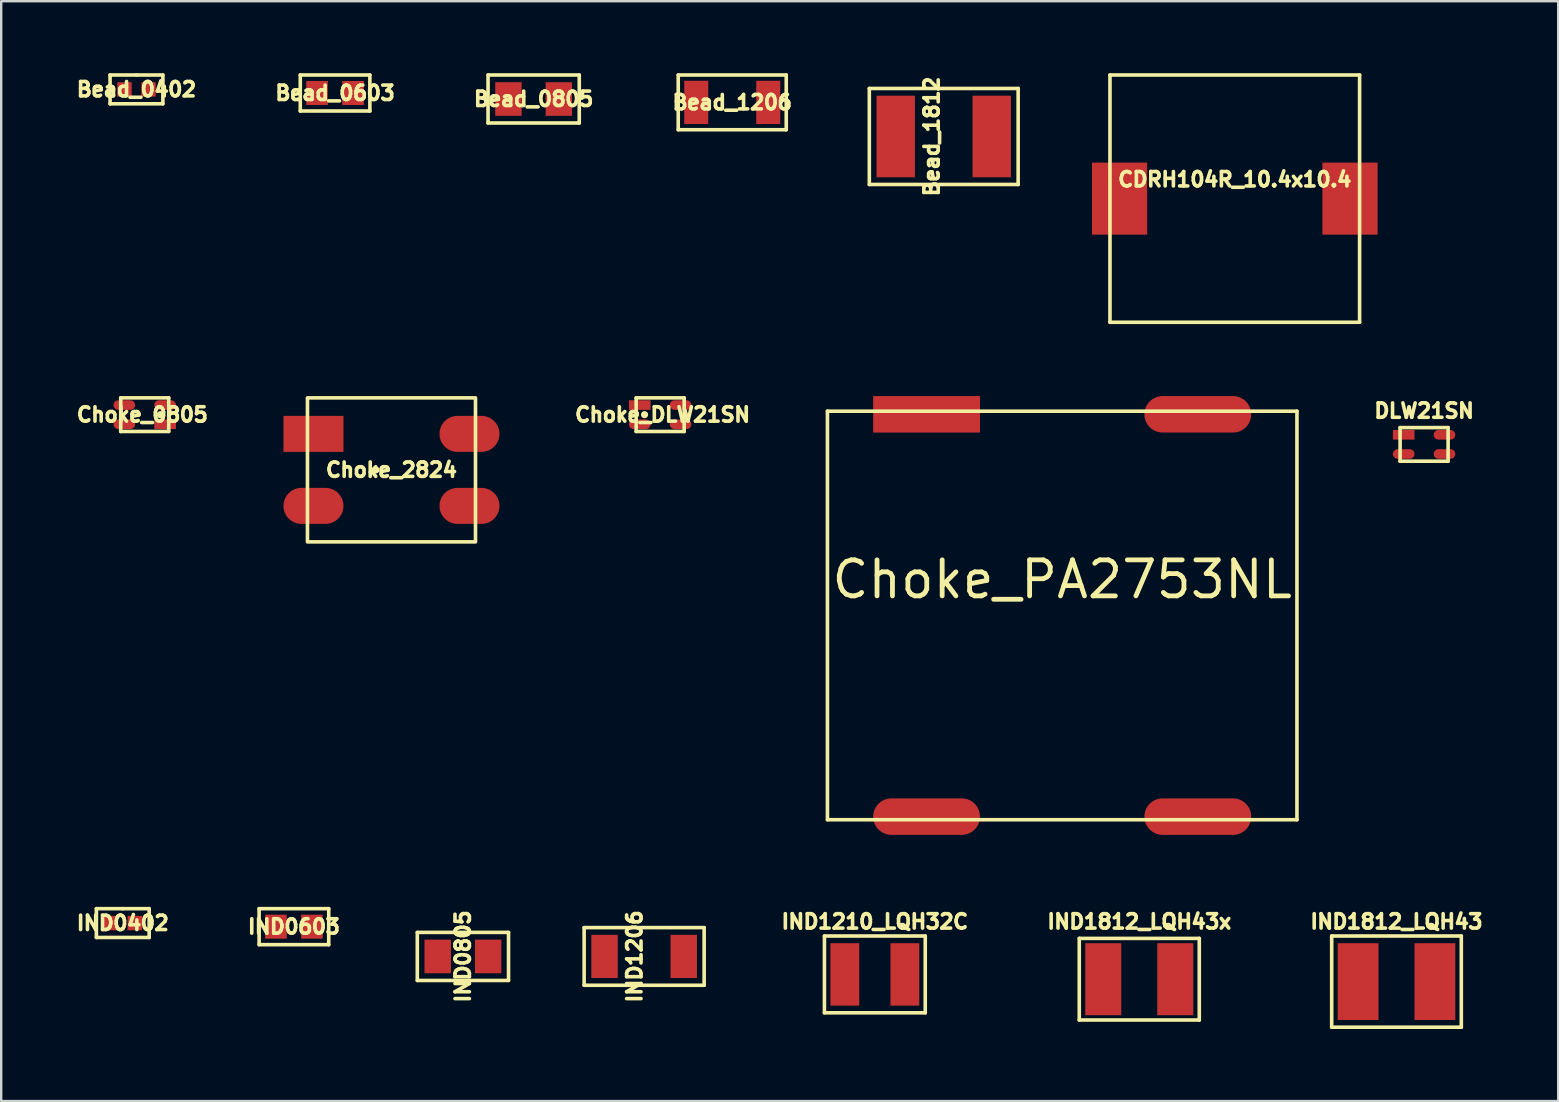
<source format=kicad_pcb>
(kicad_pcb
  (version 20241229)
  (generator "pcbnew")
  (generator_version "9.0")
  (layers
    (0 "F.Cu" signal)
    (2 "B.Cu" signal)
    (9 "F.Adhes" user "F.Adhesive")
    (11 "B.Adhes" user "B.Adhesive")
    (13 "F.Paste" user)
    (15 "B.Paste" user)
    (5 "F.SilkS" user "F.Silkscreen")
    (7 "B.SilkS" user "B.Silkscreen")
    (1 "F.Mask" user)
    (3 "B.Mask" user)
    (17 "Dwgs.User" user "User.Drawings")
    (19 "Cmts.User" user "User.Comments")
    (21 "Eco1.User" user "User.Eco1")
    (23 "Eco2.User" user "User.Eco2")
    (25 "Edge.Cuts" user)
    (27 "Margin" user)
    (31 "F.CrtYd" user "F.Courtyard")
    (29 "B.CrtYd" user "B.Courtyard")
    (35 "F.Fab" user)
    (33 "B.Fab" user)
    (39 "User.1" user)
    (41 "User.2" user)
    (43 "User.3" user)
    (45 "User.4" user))
  (footprint "IND1812_LQH43"
    (layer "F.Cu")
    (at 55.128 37.844)
    (property "Reference" "IND1812_LQH43" (at 0 -2.5 0) (layer "F.SilkS") (effects (font (size 0.6 0.6) (thickness 0.15))))
    (attr smd)
    (fp_line (start -2.7 -1.9) (end 2.7 -1.9) (stroke (width 0.15) (type solid)) (layer "F.SilkS"))
    (fp_line (start -2.7 1.9) (end -2.7 -1.9) (stroke (width 0.15) (type solid)) (layer "F.SilkS"))
    (fp_line (start 2.7 -1.9) (end 2.7 1.9) (stroke (width 0.15) (type solid)) (layer "F.SilkS"))
    (fp_line (start 2.7 1.9) (end -2.7 1.9) (stroke (width 0.15) (type solid)) (layer "F.SilkS"))
    (pad "1" smd rect (at -1.6 0) (size 1.7 3.2) (layers "F.Cu" "F.Mask" "F.Paste"))
    (pad "2" smd rect (at 1.6 0) (size 1.7 3.2) (layers "F.Cu" "F.Mask" "F.Paste")))
  (footprint "Choke_2824"
    (layer "F.Cu")
    (at 13.259 16.525)
    (property "Reference" "Choke_2824" (at 0 0 180) (layer "F.SilkS") (effects (font (size 0.6 0.6) (thickness 0.15))))
    (attr smd)
    (fp_rect (start -3.5 -3) (end 3.5 3) (stroke (width 0.15) (type default)) (fill no) (layer "F.SilkS"))
    (fp_circle (center -0.65 0) (end -0.725 0) (stroke (width 0.15) (type solid)) (fill no) (layer "F.SilkS"))
    (pad "1" smd rect (at -3.25 -1.5) (size 2.5 1.5) (layers "F.Cu" "F.Mask" "F.Paste"))
    (pad "2" smd oval (at 3.25 -1.5) (size 2.5 1.5) (layers "F.Cu" "F.Mask" "F.Paste"))
    (pad "3" smd oval (at 3.25 1.5) (size 2.5 1.5) (layers "F.Cu" "F.Mask" "F.Paste"))
    (pad "4" smd oval (at -3.25 1.5) (size 2.5 1.5) (layers "F.Cu" "F.Mask" "F.Paste")))
  (footprint "Bead_1206"
    (layer "F.Cu")
    (at 27.455 1.215)
    (property "Reference" "Bead_1206" (at 0 0 180) (layer "F.SilkS") (effects (font (size 0.6 0.6) (thickness 0.15))))
    (attr smd)
    (fp_line (start -2.25 -1.14) (end -2.25 1.14) (stroke (width 0.15) (type solid)) (layer "F.SilkS"))
    (fp_line (start -2.25 -1.14) (end 2.25 -1.14) (stroke (width 0.15) (type solid)) (layer "F.SilkS"))
    (fp_line (start 2.25 -1.14) (end 2.25 1.14) (stroke (width 0.15) (type solid)) (layer "F.SilkS"))
    (fp_line (start 2.25 1.14) (end -2.25 1.14) (stroke (width 0.15) (type solid)) (layer "F.SilkS"))
    (pad "1" smd rect (at -1.5 0) (size 1 1.8) (layers "F.Cu" "F.Mask" "F.Paste"))
    (pad "2" smd rect (at 1.5 0) (size 1 1.8) (layers "F.Cu" "F.Mask" "F.Paste")))
  (footprint "DLW21SN"
    (layer "F.Cu")
    (at 56.278 15.464)
    (property "Reference" "DLW21SN" (at 0 -1.4 180) (layer "F.SilkS") (effects (font (size 0.6 0.6) (thickness 0.15))))
    (attr through_hole)
    (fp_line (start -1 -0.7) (end -1 0.7) (stroke (width 0.15) (type solid)) (layer "F.SilkS"))
    (fp_line (start -1 -0.7) (end 1 -0.7) (stroke (width 0.15) (type solid)) (layer "F.SilkS"))
    (fp_line (start -1 0.7) (end 1 0.7) (stroke (width 0.15) (type solid)) (layer "F.SilkS"))
    (fp_line (start 1 -0.7) (end 1 0.7) (stroke (width 0.15) (type solid)) (layer "F.SilkS"))
    (pad "1" smd rect (at -0.85 -0.4) (size 0.9 0.4) (layers "F.Cu" "F.Mask" "F.Paste"))
    (pad "2" smd oval (at 0.85 -0.4) (size 0.9 0.4) (layers "F.Cu" "F.Mask" "F.Paste"))
    (pad "3" smd oval (at 0.85 0.4) (size 0.9 0.4) (layers "F.Cu" "F.Mask" "F.Paste"))
    (pad "4" smd oval (at -0.85 0.4) (size 0.9 0.4) (layers "F.Cu" "F.Mask" "F.Paste")))
  (footprint "Choke_PA2753NL"
    (layer "F.Cu")
    (at 41.201 22.59)
    (property "Reference" "Choke_PA2753NL" (at 0 -1.5 180) (layer "F.SilkS") (effects (font (size 1.5 1.5) (thickness 0.2))))
    (attr through_hole)
    (fp_line (start -9.78 -8.51) (end -9.78 8.51) (stroke (width 0.15) (type solid)) (layer "F.SilkS"))
    (fp_line (start -9.78 -8.51) (end 9.78 -8.51) (stroke (width 0.15) (type solid)) (layer "F.SilkS"))
    (fp_line (start -9.78 8.51) (end 9.78 8.51) (stroke (width 0.15) (type solid)) (layer "F.SilkS"))
    (fp_line (start 9.78 -8.51) (end 9.78 8.51) (stroke (width 0.15) (type solid)) (layer "F.SilkS"))
    (pad "1" smd rect (at -5.65 -8.38) (size 4.45 1.52) (layers "F.Cu" "F.Mask" "F.Paste"))
    (pad "2" smd oval (at 5.65 -8.38) (size 4.45 1.52) (layers "F.Cu" "F.Mask" "F.Paste"))
    (pad "3" smd oval (at -5.65 8.38) (size 4.45 1.52) (layers "F.Cu" "F.Mask" "F.Paste"))
    (pad "4" smd oval (at 5.65 8.38) (size 4.45 1.52) (layers "F.Cu" "F.Mask" "F.Paste")))
  (footprint "Bead_1812"
    (layer "F.Cu")
    (at 36.266 2.636)
    (property "Reference" "Bead_1812" (at -0.5 0 90) (layer "F.SilkS") (effects (font (size 0.6 0.6) (thickness 0.15))))
    (attr smd)
    (fp_line (start -3.1 -2) (end -3.1 2) (stroke (width 0.15) (type solid)) (layer "F.SilkS"))
    (fp_line (start -3.1 2) (end 3.1 2) (stroke (width 0.15) (type solid)) (layer "F.SilkS"))
    (fp_line (start 3.1 -2) (end -3.1 -2) (stroke (width 0.15) (type solid)) (layer "F.SilkS"))
    (fp_line (start 3.1 2) (end 3.1 -2) (stroke (width 0.15) (type solid)) (layer "F.SilkS"))
    (pad "1" smd rect (at -2 0) (size 1.6 3.4) (layers "F.Cu" "F.Mask" "F.Paste"))
    (pad "2" smd rect (at 2 0) (size 1.6 3.4) (layers "F.Cu" "F.Mask" "F.Paste")))
  (footprint "Bead_0402"
    (layer "F.Cu")
    (at 2.636 0.675)
    (property "Reference" "Bead_0402" (at 0 0 0) (layer "F.SilkS") (effects (font (size 0.6 0.6) (thickness 0.15))))
    (attr smd)
    (fp_line (start -1.1 -0.6) (end 0 -0.6) (stroke (width 0.15) (type solid)) (layer "F.SilkS"))
    (fp_line (start -1.1 0.6) (end -1.1 -0.6) (stroke (width 0.15) (type solid)) (layer "F.SilkS"))
    (fp_line (start 0 -0.6) (end 1.1 -0.6) (stroke (width 0.15) (type solid)) (layer "F.SilkS"))
    (fp_line (start 1.1 -0.6) (end 1.1 0.6) (stroke (width 0.15) (type solid)) (layer "F.SilkS"))
    (fp_line (start 1.1 0.6) (end -1.1 0.6) (stroke (width 0.15) (type solid)) (layer "F.SilkS"))
    (pad "1" smd rect (at -0.5 0) (size 0.6 0.6) (layers "F.Cu" "F.Mask" "F.Paste"))
    (pad "2" smd rect (at 0.5 0) (size 0.6 0.6) (layers "F.Cu" "F.Mask" "F.Paste")))
  (footprint "CDRH104R_10.4x10.4"
    (layer "F.Cu")
    (at 48.391 5.225)
    (property "Reference" "CDRH104R_10.4x10.4" (at 0 -0.8 0) (layer "F.SilkS") (effects (font (size 0.6 0.6) (thickness 0.15))))
    (attr smd)
    (fp_line (start -5.2 -5.15) (end 5.2 -5.15) (stroke (width 0.15) (type solid)) (layer "F.SilkS"))
    (fp_line (start -5.2 5.15) (end -5.2 -5.15) (stroke (width 0.15) (type solid)) (layer "F.SilkS"))
    (fp_line (start 5.2 -5.15) (end 5.2 5.15) (stroke (width 0.15) (type solid)) (layer "F.SilkS"))
    (fp_line (start 5.2 5.15) (end -5.2 5.15) (stroke (width 0.15) (type solid)) (layer "F.SilkS"))
    (pad "1" smd rect (at -4.8 0) (size 2.3 3) (layers "F.Cu" "F.Mask" "F.Paste"))
    (pad "2" smd rect (at 4.8 0) (size 2.3 3) (layers "F.Cu" "F.Mask" "F.Paste")))
  (footprint "Bead_0805"
    (layer "F.Cu")
    (at 19.182 1.075)
    (property "Reference" "Bead_0805" (at 0 0 180) (layer "F.SilkS") (effects (font (size 0.6 0.6) (thickness 0.15))))
    (attr smd)
    (fp_line (start -1.9 -1) (end 1.9 -1) (stroke (width 0.15) (type solid)) (layer "F.SilkS"))
    (fp_line (start -1.9 1) (end -1.9 -1) (stroke (width 0.15) (type solid)) (layer "F.SilkS"))
    (fp_line (start 1.9 -1) (end 1.9 1) (stroke (width 0.15) (type solid)) (layer "F.SilkS"))
    (fp_line (start 1.9 1) (end -1.9 1) (stroke (width 0.15) (type solid)) (layer "F.SilkS"))
    (pad "1" smd rect (at -1.05 0) (size 1.1 1.4) (layers "F.Cu" "F.Mask" "F.Paste"))
    (pad "2" smd rect (at 1.05 0) (size 1.1 1.4) (layers "F.Cu" "F.Mask" "F.Paste")))
  (footprint "IND1206"
    (layer "F.Cu")
    (at 23.785 36.795)
    (property "Reference" "IND1206" (at -0.4 0 90) (layer "F.SilkS") (effects (font (size 0.6 0.6) (thickness 0.15))))
    (attr smd)
    (fp_line (start -2.5 -1.2) (end -2.5 1.2) (stroke (width 0.15) (type solid)) (layer "F.SilkS"))
    (fp_line (start -2.5 -1.2) (end 2.5 -1.2) (stroke (width 0.15) (type solid)) (layer "F.SilkS"))
    (fp_line (start 2.5 -1.2) (end 2.5 1.2) (stroke (width 0.15) (type solid)) (layer "F.SilkS"))
    (fp_line (start 2.5 1.2) (end -2.5 1.2) (stroke (width 0.15) (type solid)) (layer "F.SilkS"))
    (pad "1" smd rect (at -1.65 0) (size 1.1 1.8) (layers "F.Cu" "F.Mask" "F.Paste"))
    (pad "2" smd rect (at 1.65 0) (size 1.1 1.8) (layers "F.Cu" "F.Mask" "F.Paste")))
  (footprint "IND0805"
    (layer "F.Cu")
    (at 16.235 36.795)
    (property "Reference" "IND0805" (at 0 0 90) (layer "F.SilkS") (effects (font (size 0.6 0.6) (thickness 0.15))))
    (attr smd)
    (fp_line (start -1.9 -1) (end 1.9 -1) (stroke (width 0.15) (type solid)) (layer "F.SilkS"))
    (fp_line (start -1.9 1) (end -1.9 -1) (stroke (width 0.15) (type solid)) (layer "F.SilkS"))
    (fp_line (start 1.9 -1) (end 1.9 1) (stroke (width 0.15) (type solid)) (layer "F.SilkS"))
    (fp_line (start 1.9 1) (end -1.9 1) (stroke (width 0.15) (type solid)) (layer "F.SilkS"))
    (pad "1" smd rect (at -1.05 0) (size 1.1 1.4) (layers "F.Cu" "F.Mask" "F.Paste"))
    (pad "2" smd rect (at 1.05 0) (size 1.1 1.4) (layers "F.Cu" "F.Mask" "F.Paste")))
  (footprint "Choke_DLW21SN"
    (layer "F.Cu")
    (at 24.452 14.225)
    (property "Reference" "Choke_DLW21SN" (at 0.1 0 180) (layer "F.SilkS") (effects (font (size 0.6 0.6) (thickness 0.15))))
    (attr smd)
    (fp_line (start -1 -0.7) (end -1 0.7) (stroke (width 0.15) (type solid)) (layer "F.SilkS"))
    (fp_line (start -1 -0.7) (end 1 -0.7) (stroke (width 0.15) (type solid)) (layer "F.SilkS"))
    (fp_line (start -1 0.7) (end 1 0.7) (stroke (width 0.15) (type solid)) (layer "F.SilkS"))
    (fp_line (start 1 -0.7) (end 1 0.7) (stroke (width 0.15) (type solid)) (layer "F.SilkS"))
    (fp_circle (center -0.65 0) (end -0.725 0) (stroke (width 0.15) (type solid)) (fill no) (layer "F.SilkS"))
    (pad "1" smd rect (at -0.85 -0.4) (size 0.9 0.4) (layers "F.Cu" "F.Mask" "F.Paste"))
    (pad "2" smd oval (at 0.85 -0.4) (size 0.9 0.4) (layers "F.Cu" "F.Mask" "F.Paste"))
    (pad "3" smd oval (at 0.85 0.4) (size 0.9 0.4) (layers "F.Cu" "F.Mask" "F.Paste"))
    (pad "4" smd oval (at -0.85 0.4) (size 0.9 0.4) (layers "F.Cu" "F.Mask" "F.Paste")))
  (footprint "Bead_0603"
    (layer "F.Cu")
    (at 10.909 0.825)
    (property "Reference" "Bead_0603" (at 0 0 0) (layer "F.SilkS") (effects (font (size 0.6 0.6) (thickness 0.15))))
    (attr smd)
    (fp_line (start -1.45 -0.75) (end 1.45 -0.75) (stroke (width 0.15) (type solid)) (layer "F.SilkS"))
    (fp_line (start -1.45 0.75) (end -1.45 -0.75) (stroke (width 0.15) (type solid)) (layer "F.SilkS"))
    (fp_line (start 1.45 -0.75) (end 1.45 0.75) (stroke (width 0.15) (type solid)) (layer "F.SilkS"))
    (fp_line (start 1.45 0.75) (end -1.45 0.75) (stroke (width 0.15) (type solid)) (layer "F.SilkS"))
    (pad "1" smd rect (at -0.75 0) (size 0.9 1) (layers "F.Cu" "F.Mask" "F.Paste"))
    (pad "2" smd rect (at 0.75 0) (size 0.9 1) (layers "F.Cu" "F.Mask" "F.Paste")))
  (footprint "IND0402"
    (layer "F.Cu")
    (at 2.065 35.405)
    (property "Reference" "IND0402" (at 0 0 0) (layer "F.SilkS") (effects (font (size 0.6 0.6) (thickness 0.15))))
    (attr smd)
    (fp_line (start -1.1 -0.6) (end 0 -0.6) (stroke (width 0.15) (type solid)) (layer "F.SilkS"))
    (fp_line (start -1.1 0.6) (end -1.1 -0.6) (stroke (width 0.15) (type solid)) (layer "F.SilkS"))
    (fp_line (start 0 -0.6) (end 1.1 -0.6) (stroke (width 0.15) (type solid)) (layer "F.SilkS"))
    (fp_line (start 1.1 -0.6) (end 1.1 0.6) (stroke (width 0.15) (type solid)) (layer "F.SilkS"))
    (fp_line (start 1.1 0.6) (end -1.1 0.6) (stroke (width 0.15) (type solid)) (layer "F.SilkS"))
    (pad "1" smd rect (at -0.5 0) (size 0.6 0.6) (layers "F.Cu" "F.Mask" "F.Paste"))
    (pad "2" smd rect (at 0.5 0) (size 0.6 0.6) (layers "F.Cu" "F.Mask" "F.Paste")))
  (footprint "IND1812_LQH43x"
    (layer "F.Cu")
    (at 44.412 37.744)
    (property "Reference" "IND1812_LQH43x" (at 0 -2.4 0) (layer "F.SilkS") (effects (font (size 0.6 0.6) (thickness 0.15))))
    (attr smd)
    (fp_line (start -2.5 -1.7) (end 2.5 -1.7) (stroke (width 0.15) (type solid)) (layer "F.SilkS"))
    (fp_line (start -2.5 1.7) (end -2.5 -1.7) (stroke (width 0.15) (type solid)) (layer "F.SilkS"))
    (fp_line (start 2.5 -1.7) (end 2.5 1.7) (stroke (width 0.15) (type solid)) (layer "F.SilkS"))
    (fp_line (start 2.5 1.7) (end -2.5 1.7) (stroke (width 0.15) (type solid)) (layer "F.SilkS"))
    (pad "1" smd rect (at -1.5 0) (size 1.5 3) (layers "F.Cu" "F.Mask" "F.Paste"))
    (pad "2" smd rect (at 1.5 0) (size 1.5 3) (layers "F.Cu" "F.Mask" "F.Paste")))
  (footprint "IND1210_LQH32C"
    (layer "F.Cu")
    (at 33.396 37.544)
    (property "Reference" "IND1210_LQH32C" (at 0 -2.2 0) (layer "F.SilkS") (effects (font (size 0.6 0.6) (thickness 0.15))))
    (attr smd)
    (fp_line (start -2.1 -1.6) (end 2.1 -1.6) (stroke (width 0.15) (type solid)) (layer "F.SilkS"))
    (fp_line (start -2.1 1.6) (end -2.1 -1.6) (stroke (width 0.15) (type solid)) (layer "F.SilkS"))
    (fp_line (start 2.1 -1.6) (end 2.1 1.6) (stroke (width 0.15) (type solid)) (layer "F.SilkS"))
    (fp_line (start 2.1 1.6) (end -2.1 1.6) (stroke (width 0.15) (type solid)) (layer "F.SilkS"))
    (pad "1" smd rect (at -1.25 0) (size 1.2 2.6) (layers "F.Cu" "F.Mask" "F.Paste"))
    (pad "2" smd rect (at 1.25 0) (size 1.2 2.6) (layers "F.Cu" "F.Mask" "F.Paste")))
  (footprint "IND0603"
    (layer "F.Cu")
    (at 9.195 35.555)
    (property "Reference" "IND0603" (at 0 0 0) (layer "F.SilkS") (effects (font (size 0.6 0.6) (thickness 0.15))))
    (attr smd)
    (fp_line (start -1.45 -0.75) (end 1.45 -0.75) (stroke (width 0.15) (type solid)) (layer "F.SilkS"))
    (fp_line (start -1.45 0.75) (end -1.45 -0.75) (stroke (width 0.15) (type solid)) (layer "F.SilkS"))
    (fp_line (start 1.45 -0.75) (end 1.45 0.75) (stroke (width 0.15) (type solid)) (layer "F.SilkS"))
    (fp_line (start 1.45 0.75) (end -1.45 0.75) (stroke (width 0.15) (type solid)) (layer "F.SilkS"))
    (pad "1" smd rect (at -0.75 0) (size 0.9 1) (layers "F.Cu" "F.Mask" "F.Paste"))
    (pad "2" smd rect (at 0.75 0) (size 0.9 1) (layers "F.Cu" "F.Mask" "F.Paste")))
  (footprint "Choke_0805"
    (layer "F.Cu")
    (at 2.979 14.225)
    (property "Reference" "Choke_0805" (at -0.1 0 0) (layer "F.SilkS") (effects (font (size 0.6 0.6) (thickness 0.15))))
    (attr smd)
    (fp_line (start -1 0.7) (end -1 -0.7) (stroke (width 0.15) (type solid)) (layer "F.SilkS"))
    (fp_line (start 1 -0.7) (end -1 -0.7) (stroke (width 0.15) (type solid)) (layer "F.SilkS"))
    (fp_line (start 1 0.7) (end -1 0.7) (stroke (width 0.15) (type solid)) (layer "F.SilkS"))
    (fp_line (start 1 0.7) (end 1 -0.7) (stroke (width 0.15) (type solid)) (layer "F.SilkS"))
    (fp_circle (center 0.65 0) (end 0.725 0) (stroke (width 0.15) (type solid)) (fill yes) (layer "F.SilkS"))
    (pad "1" smd rect (at 0.85 0.4 180) (size 0.9 0.4) (layers "F.Cu" "F.Mask" "F.Paste"))
    (pad "2" smd oval (at -0.85 0.4 180) (size 0.9 0.4) (layers "F.Cu" "F.Mask" "F.Paste"))
    (pad "3" smd oval (at -0.85 -0.4 180) (size 0.9 0.4) (layers "F.Cu" "F.Mask" "F.Paste"))
    (pad "4" smd oval (at 0.85 -0.4 180) (size 0.9 0.4) (layers "F.Cu" "F.Mask" "F.Paste")))
  (gr_rect
    (start -3 -3)
    (end 61.864 42.819)
    (stroke (width 0.1) (type default))
    (fill no)
    (layer "Edge.Cuts")))
</source>
